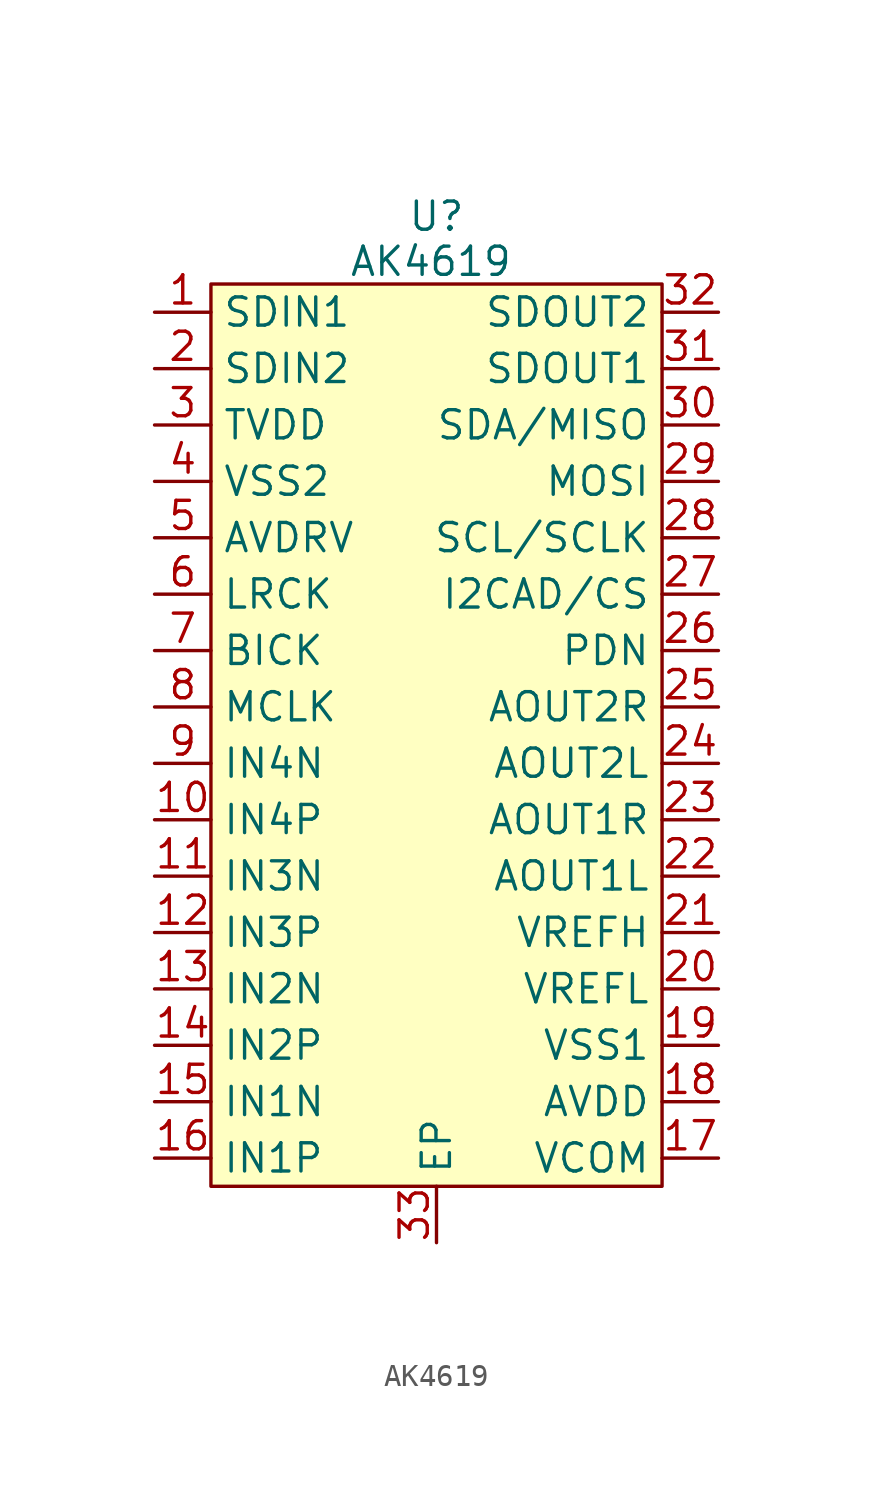
<source format=kicad_sym>
(kicad_symbol_lib
  (version 20231120)
  (generator "kicad_symbol_editor")
  (generator_version "8.0")
  (symbol "AK4619"
    (property "Reference" "U"
      (at 0 23.368 0)
      (effects (font (size 1.27 1.27))))
    (property "Value" "AK4619"
      (at -0.254 21.336 0)
      (effects (font (size 1.27 1.27))))
    (symbol "AK4619_1_1"
      (rectangle (start -10.16 20.32) (end 10.16 -20.32) (stroke (width 0) (type default)) (fill (type background)))
      (pin input line (at -12.7 19.05 0) (length 2.54) (name "SDIN1" (effects (font (size 1.27 1.27)))) (number "1" (effects (font (size 1.27 1.27)))))
      (pin input line (at -12.7 -3.81 0) (length 2.54) (name "IN4P" (effects (font (size 1.27 1.27)))) (number "10" (effects (font (size 1.27 1.27)))))
      (pin input line (at -12.7 -6.35 0) (length 2.54) (name "IN3N" (effects (font (size 1.27 1.27)))) (number "11" (effects (font (size 1.27 1.27)))))
      (pin input line (at -12.7 -8.89 0) (length 2.54) (name "IN3P" (effects (font (size 1.27 1.27)))) (number "12" (effects (font (size 1.27 1.27)))))
      (pin input line (at -12.7 -11.43 0) (length 2.54) (name "IN2N" (effects (font (size 1.27 1.27)))) (number "13" (effects (font (size 1.27 1.27)))))
      (pin input line (at -12.7 -13.97 0) (length 2.54) (name "IN2P" (effects (font (size 1.27 1.27)))) (number "14" (effects (font (size 1.27 1.27)))))
      (pin input line (at -12.7 -16.51 0) (length 2.54) (name "IN1N" (effects (font (size 1.27 1.27)))) (number "15" (effects (font (size 1.27 1.27)))))
      (pin input line (at -12.7 -19.05 0) (length 2.54) (name "IN1P" (effects (font (size 1.27 1.27)))) (number "16" (effects (font (size 1.27 1.27)))))
      (pin output line (at 12.7 -19.05 180) (length 2.54) (name "VCOM" (effects (font (size 1.27 1.27)))) (number "17" (effects (font (size 1.27 1.27)))))
      (pin power_in line (at 12.7 -16.51 180) (length 2.54) (name "AVDD" (effects (font (size 1.27 1.27)))) (number "18" (effects (font (size 1.27 1.27)))))
      (pin power_in line (at 12.7 -13.97 180) (length 2.54) (name "VSS1" (effects (font (size 1.27 1.27)))) (number "19" (effects (font (size 1.27 1.27)))))
      (pin input line (at -12.7 16.51 0) (length 2.54) (name "SDIN2" (effects (font (size 1.27 1.27)))) (number "2" (effects (font (size 1.27 1.27)))))
      (pin input line (at 12.7 -11.43 180) (length 2.54) (name "VREFL" (effects (font (size 1.27 1.27)))) (number "20" (effects (font (size 1.27 1.27)))))
      (pin input line (at 12.7 -8.89 180) (length 2.54) (name "VREFH" (effects (font (size 1.27 1.27)))) (number "21" (effects (font (size 1.27 1.27)))))
      (pin output line (at 12.7 -6.35 180) (length 2.54) (name "AOUT1L" (effects (font (size 1.27 1.27)))) (number "22" (effects (font (size 1.27 1.27)))))
      (pin output line (at 12.7 -3.81 180) (length 2.54) (name "AOUT1R" (effects (font (size 1.27 1.27)))) (number "23" (effects (font (size 1.27 1.27)))))
      (pin output line (at 12.7 -1.27 180) (length 2.54) (name "AOUT2L" (effects (font (size 1.27 1.27)))) (number "24" (effects (font (size 1.27 1.27)))))
      (pin output line (at 12.7 1.27 180) (length 2.54) (name "AOUT2R" (effects (font (size 1.27 1.27)))) (number "25" (effects (font (size 1.27 1.27)))))
      (pin input line (at 12.7 3.81 180) (length 2.54) (name "PDN" (effects (font (size 1.27 1.27)))) (number "26" (effects (font (size 1.27 1.27)))))
      (pin input line (at 12.7 6.35 180) (length 2.54) (name "I2CAD/CS" (effects (font (size 1.27 1.27)))) (number "27" (effects (font (size 1.27 1.27)))))
      (pin input line (at 12.7 8.89 180) (length 2.54) (name "SCL/SCLK" (effects (font (size 1.27 1.27)))) (number "28" (effects (font (size 1.27 1.27)))))
      (pin input line (at 12.7 11.43 180) (length 2.54) (name "MOSI" (effects (font (size 1.27 1.27)))) (number "29" (effects (font (size 1.27 1.27)))))
      (pin power_in line (at -12.7 13.97 0) (length 2.54) (name "TVDD" (effects (font (size 1.27 1.27)))) (number "3" (effects (font (size 1.27 1.27)))))
      (pin bidirectional line (at 12.7 13.97 180) (length 2.54) (name "SDA/MISO" (effects (font (size 1.27 1.27)))) (number "30" (effects (font (size 1.27 1.27)))))
      (pin output line (at 12.7 16.51 180) (length 2.54) (name "SDOUT1" (effects (font (size 1.27 1.27)))) (number "31" (effects (font (size 1.27 1.27)))))
      (pin output line (at 12.7 19.05 180) (length 2.54) (name "SDOUT2" (effects (font (size 1.27 1.27)))) (number "32" (effects (font (size 1.27 1.27)))))
      (pin passive line (at 0 -22.86 90) (length 2.54) (name "EP" (effects (font (size 1.27 1.27)))) (number "33" (effects (font (size 1.27 1.27)))))
      (pin power_in line (at -12.7 11.43 0) (length 2.54) (name "VSS2" (effects (font (size 1.27 1.27)))) (number "4" (effects (font (size 1.27 1.27)))))
      (pin output line (at -12.7 8.89 0) (length 2.54) (name "AVDRV" (effects (font (size 1.27 1.27)))) (number "5" (effects (font (size 1.27 1.27)))))
      (pin input line (at -12.7 6.35 0) (length 2.54) (name "LRCK" (effects (font (size 1.27 1.27)))) (number "6" (effects (font (size 1.27 1.27)))))
      (pin input line (at -12.7 3.81 0) (length 2.54) (name "BICK" (effects (font (size 1.27 1.27)))) (number "7" (effects (font (size 1.27 1.27)))))
      (pin input line (at -12.7 1.27 0) (length 2.54) (name "MCLK" (effects (font (size 1.27 1.27)))) (number "8" (effects (font (size 1.27 1.27)))))
      (pin input line (at -12.7 -1.27 0) (length 2.54) (name "IN4N" (effects (font (size 1.27 1.27)))) (number "9" (effects (font (size 1.27 1.27))))))))
</source>
